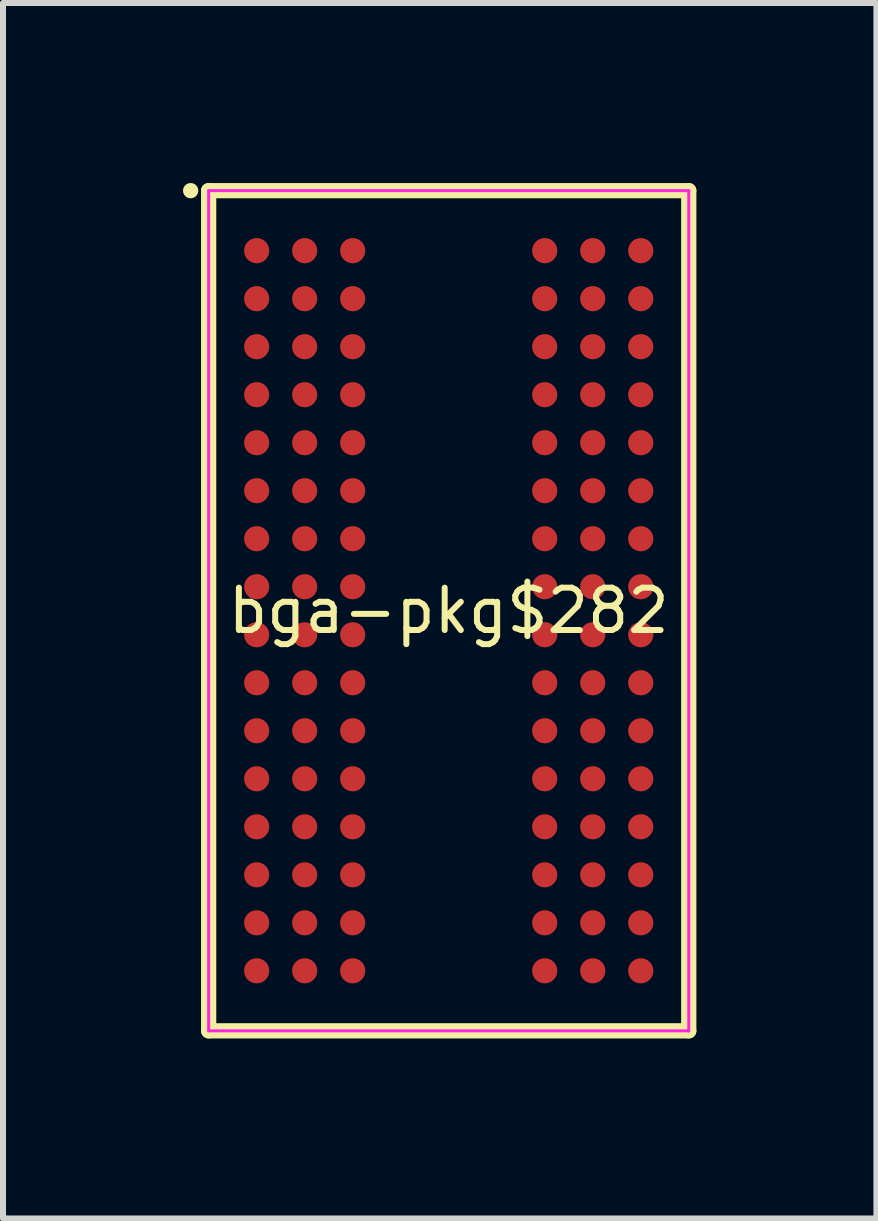
<source format=kicad_pcb>
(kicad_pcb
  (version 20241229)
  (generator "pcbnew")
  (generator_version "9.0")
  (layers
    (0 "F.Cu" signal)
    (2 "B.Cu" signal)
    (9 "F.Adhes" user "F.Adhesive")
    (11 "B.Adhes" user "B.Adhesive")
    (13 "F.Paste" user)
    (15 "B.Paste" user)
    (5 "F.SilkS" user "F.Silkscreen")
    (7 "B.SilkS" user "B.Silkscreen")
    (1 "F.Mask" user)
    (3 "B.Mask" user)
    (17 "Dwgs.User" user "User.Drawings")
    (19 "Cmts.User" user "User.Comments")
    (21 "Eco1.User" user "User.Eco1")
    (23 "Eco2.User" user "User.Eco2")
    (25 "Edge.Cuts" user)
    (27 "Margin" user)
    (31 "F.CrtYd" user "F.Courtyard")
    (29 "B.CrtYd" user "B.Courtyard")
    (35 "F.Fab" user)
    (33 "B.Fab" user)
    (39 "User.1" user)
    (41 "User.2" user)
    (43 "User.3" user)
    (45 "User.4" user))
  (footprint "bga-pkg$282"
    (layer "F.Cu")
    (at 4.427 7.127)
    (property "Reference" "bga-pkg$282" (at 0 0 0) (layer "F.SilkS") (effects (font (size 0.706 0.706) (thickness 0.1))))
    (attr through_hole)
    (fp_line (start -4 -7) (end -4 7) (stroke (width 0.254) (type solid)) (layer "F.SilkS"))
    (fp_line (start -4 7) (end 4 7) (stroke (width 0.254) (type solid)) (layer "F.SilkS"))
    (fp_line (start 4 -7) (end -4 -7) (stroke (width 0.254) (type solid)) (layer "F.SilkS"))
    (fp_line (start 4 7) (end 4 -7) (stroke (width 0.254) (type solid)) (layer "F.SilkS"))
    (fp_poly (pts (xy -4.173 -7) (xy -4.175 -7.025) (xy -4.183 -7.049) (xy -4.194 -7.071) (xy -4.21 -7.09) (xy -4.229 -7.106) (xy -4.251 -7.117) (xy -4.275 -7.125) (xy -4.3 -7.127) (xy -4.325 -7.125) (xy -4.349 -7.117) (xy -4.371 -7.106) (xy -4.39 -7.09) (xy -4.406 -7.071) (xy -4.417 -7.049) (xy -4.425 -7.025) (xy -4.427 -7) (xy -4.425 -6.975) (xy -4.417 -6.951) (xy -4.406 -6.929) (xy -4.39 -6.91) (xy -4.371 -6.894) (xy -4.349 -6.883) (xy -4.325 -6.875) (xy -4.3 -6.873) (xy -4.275 -6.875) (xy -4.251 -6.883) (xy -4.229 -6.894) (xy -4.21 -6.91) (xy -4.194 -6.929) (xy -4.183 -6.951) (xy -4.175 -6.975)) (stroke (width 0) (type solid)) (fill yes) (layer "F.SilkS"))
    (fp_line (start -4 -7) (end -4 7) (stroke (width 0.05) (type solid)) (layer "F.CrtYd"))
    (fp_line (start -4 7) (end 4 7) (stroke (width 0.05) (type solid)) (layer "F.CrtYd"))
    (fp_line (start 4 -7) (end -4 -7) (stroke (width 0.05) (type solid)) (layer "F.CrtYd"))
    (fp_line (start 4 7) (end 4 -7) (stroke (width 0.05) (type solid)) (layer "F.CrtYd"))
    (pad "A1" smd circle (at -3.2 -6) (size 0.42 0.42) (layers "F.Cu" "F.Mask" "F.Paste"))
    (pad "A2" smd circle (at -2.4 -6) (size 0.42 0.42) (layers "F.Cu" "F.Mask" "F.Paste"))
    (pad "A3" smd circle (at -1.6 -6) (size 0.42 0.42) (layers "F.Cu" "F.Mask" "F.Paste"))
    (pad "A7" smd circle (at 1.6 -6) (size 0.42 0.42) (layers "F.Cu" "F.Mask" "F.Paste"))
    (pad "A8" smd circle (at 2.4 -6) (size 0.42 0.42) (layers "F.Cu" "F.Mask" "F.Paste"))
    (pad "A9" smd circle (at 3.2 -6) (size 0.42 0.42) (layers "F.Cu" "F.Mask" "F.Paste"))
    (pad "B1" smd circle (at -3.2 -5.2) (size 0.42 0.42) (layers "F.Cu" "F.Mask" "F.Paste"))
    (pad "B2" smd circle (at -2.4 -5.2) (size 0.42 0.42) (layers "F.Cu" "F.Mask" "F.Paste"))
    (pad "B3" smd circle (at -1.6 -5.2) (size 0.42 0.42) (layers "F.Cu" "F.Mask" "F.Paste"))
    (pad "B7" smd circle (at 1.6 -5.2) (size 0.42 0.42) (layers "F.Cu" "F.Mask" "F.Paste"))
    (pad "B8" smd circle (at 2.4 -5.2) (size 0.42 0.42) (layers "F.Cu" "F.Mask" "F.Paste"))
    (pad "B9" smd circle (at 3.2 -5.2) (size 0.42 0.42) (layers "F.Cu" "F.Mask" "F.Paste"))
    (pad "C1" smd circle (at -3.2 -4.4) (size 0.42 0.42) (layers "F.Cu" "F.Mask" "F.Paste"))
    (pad "C2" smd circle (at -2.4 -4.4) (size 0.42 0.42) (layers "F.Cu" "F.Mask" "F.Paste"))
    (pad "C3" smd circle (at -1.6 -4.4) (size 0.42 0.42) (layers "F.Cu" "F.Mask" "F.Paste"))
    (pad "C7" smd circle (at 1.6 -4.4) (size 0.42 0.42) (layers "F.Cu" "F.Mask" "F.Paste"))
    (pad "C8" smd circle (at 2.4 -4.4) (size 0.42 0.42) (layers "F.Cu" "F.Mask" "F.Paste"))
    (pad "C9" smd circle (at 3.2 -4.4) (size 0.42 0.42) (layers "F.Cu" "F.Mask" "F.Paste"))
    (pad "D1" smd circle (at -3.2 -3.6) (size 0.42 0.42) (layers "F.Cu" "F.Mask" "F.Paste"))
    (pad "D2" smd circle (at -2.4 -3.6) (size 0.42 0.42) (layers "F.Cu" "F.Mask" "F.Paste"))
    (pad "D3" smd circle (at -1.6 -3.6) (size 0.42 0.42) (layers "F.Cu" "F.Mask" "F.Paste"))
    (pad "D7" smd circle (at 1.6 -3.6) (size 0.42 0.42) (layers "F.Cu" "F.Mask" "F.Paste"))
    (pad "D8" smd circle (at 2.4 -3.6) (size 0.42 0.42) (layers "F.Cu" "F.Mask" "F.Paste"))
    (pad "D9" smd circle (at 3.2 -3.6) (size 0.42 0.42) (layers "F.Cu" "F.Mask" "F.Paste"))
    (pad "E1" smd circle (at -3.2 -2.8) (size 0.42 0.42) (layers "F.Cu" "F.Mask" "F.Paste"))
    (pad "E2" smd circle (at -2.4 -2.8) (size 0.42 0.42) (layers "F.Cu" "F.Mask" "F.Paste"))
    (pad "E3" smd circle (at -1.6 -2.8) (size 0.42 0.42) (layers "F.Cu" "F.Mask" "F.Paste"))
    (pad "E7" smd circle (at 1.6 -2.8) (size 0.42 0.42) (layers "F.Cu" "F.Mask" "F.Paste"))
    (pad "E8" smd circle (at 2.4 -2.8) (size 0.42 0.42) (layers "F.Cu" "F.Mask" "F.Paste"))
    (pad "E9" smd circle (at 3.2 -2.8) (size 0.42 0.42) (layers "F.Cu" "F.Mask" "F.Paste"))
    (pad "F1" smd circle (at -3.2 -2) (size 0.42 0.42) (layers "F.Cu" "F.Mask" "F.Paste"))
    (pad "F2" smd circle (at -2.4 -2) (size 0.42 0.42) (layers "F.Cu" "F.Mask" "F.Paste"))
    (pad "F3" smd circle (at -1.6 -2) (size 0.42 0.42) (layers "F.Cu" "F.Mask" "F.Paste"))
    (pad "F7" smd circle (at 1.6 -2) (size 0.42 0.42) (layers "F.Cu" "F.Mask" "F.Paste"))
    (pad "F8" smd circle (at 2.4 -2) (size 0.42 0.42) (layers "F.Cu" "F.Mask" "F.Paste"))
    (pad "F9" smd circle (at 3.2 -2) (size 0.42 0.42) (layers "F.Cu" "F.Mask" "F.Paste"))
    (pad "G1" smd circle (at -3.2 -1.2) (size 0.42 0.42) (layers "F.Cu" "F.Mask" "F.Paste"))
    (pad "G2" smd circle (at -2.4 -1.2) (size 0.42 0.42) (layers "F.Cu" "F.Mask" "F.Paste"))
    (pad "G3" smd circle (at -1.6 -1.2) (size 0.42 0.42) (layers "F.Cu" "F.Mask" "F.Paste"))
    (pad "G7" smd circle (at 1.6 -1.2) (size 0.42 0.42) (layers "F.Cu" "F.Mask" "F.Paste"))
    (pad "G8" smd circle (at 2.4 -1.2) (size 0.42 0.42) (layers "F.Cu" "F.Mask" "F.Paste"))
    (pad "G9" smd circle (at 3.2 -1.2) (size 0.42 0.42) (layers "F.Cu" "F.Mask" "F.Paste"))
    (pad "H1" smd circle (at -3.2 -0.4) (size 0.42 0.42) (layers "F.Cu" "F.Mask" "F.Paste"))
    (pad "H2" smd circle (at -2.4 -0.4) (size 0.42 0.42) (layers "F.Cu" "F.Mask" "F.Paste"))
    (pad "H3" smd circle (at -1.6 -0.4) (size 0.42 0.42) (layers "F.Cu" "F.Mask" "F.Paste"))
    (pad "H7" smd circle (at 1.6 -0.4) (size 0.42 0.42) (layers "F.Cu" "F.Mask" "F.Paste"))
    (pad "H8" smd circle (at 2.4 -0.4) (size 0.42 0.42) (layers "F.Cu" "F.Mask" "F.Paste"))
    (pad "H9" smd circle (at 3.2 -0.4) (size 0.42 0.42) (layers "F.Cu" "F.Mask" "F.Paste"))
    (pad "J1" smd circle (at -3.2 0.4) (size 0.42 0.42) (layers "F.Cu" "F.Mask" "F.Paste"))
    (pad "J2" smd circle (at -2.4 0.4) (size 0.42 0.42) (layers "F.Cu" "F.Mask" "F.Paste"))
    (pad "J3" smd circle (at -1.6 0.4) (size 0.42 0.42) (layers "F.Cu" "F.Mask" "F.Paste"))
    (pad "J7" smd circle (at 1.6 0.4) (size 0.42 0.42) (layers "F.Cu" "F.Mask" "F.Paste"))
    (pad "J8" smd circle (at 2.4 0.4) (size 0.42 0.42) (layers "F.Cu" "F.Mask" "F.Paste"))
    (pad "J9" smd circle (at 3.2 0.4) (size 0.42 0.42) (layers "F.Cu" "F.Mask" "F.Paste"))
    (pad "K1" smd circle (at -3.2 1.2) (size 0.42 0.42) (layers "F.Cu" "F.Mask" "F.Paste"))
    (pad "K2" smd circle (at -2.4 1.2) (size 0.42 0.42) (layers "F.Cu" "F.Mask" "F.Paste"))
    (pad "K3" smd circle (at -1.6 1.2) (size 0.42 0.42) (layers "F.Cu" "F.Mask" "F.Paste"))
    (pad "K7" smd circle (at 1.6 1.2) (size 0.42 0.42) (layers "F.Cu" "F.Mask" "F.Paste"))
    (pad "K8" smd circle (at 2.4 1.2) (size 0.42 0.42) (layers "F.Cu" "F.Mask" "F.Paste"))
    (pad "K9" smd circle (at 3.2 1.2) (size 0.42 0.42) (layers "F.Cu" "F.Mask" "F.Paste"))
    (pad "L1" smd circle (at -3.2 2) (size 0.42 0.42) (layers "F.Cu" "F.Mask" "F.Paste"))
    (pad "L2" smd circle (at -2.4 2) (size 0.42 0.42) (layers "F.Cu" "F.Mask" "F.Paste"))
    (pad "L3" smd circle (at -1.6 2) (size 0.42 0.42) (layers "F.Cu" "F.Mask" "F.Paste"))
    (pad "L7" smd circle (at 1.6 2) (size 0.42 0.42) (layers "F.Cu" "F.Mask" "F.Paste"))
    (pad "L8" smd circle (at 2.4 2) (size 0.42 0.42) (layers "F.Cu" "F.Mask" "F.Paste"))
    (pad "L9" smd circle (at 3.2 2) (size 0.42 0.42) (layers "F.Cu" "F.Mask" "F.Paste"))
    (pad "M1" smd circle (at -3.2 2.8) (size 0.42 0.42) (layers "F.Cu" "F.Mask" "F.Paste"))
    (pad "M2" smd circle (at -2.4 2.8) (size 0.42 0.42) (layers "F.Cu" "F.Mask" "F.Paste"))
    (pad "M3" smd circle (at -1.6 2.8) (size 0.42 0.42) (layers "F.Cu" "F.Mask" "F.Paste"))
    (pad "M7" smd circle (at 1.6 2.8) (size 0.42 0.42) (layers "F.Cu" "F.Mask" "F.Paste"))
    (pad "M8" smd circle (at 2.4 2.8) (size 0.42 0.42) (layers "F.Cu" "F.Mask" "F.Paste"))
    (pad "M9" smd circle (at 3.2 2.8) (size 0.42 0.42) (layers "F.Cu" "F.Mask" "F.Paste"))
    (pad "N1" smd circle (at -3.2 3.6) (size 0.42 0.42) (layers "F.Cu" "F.Mask" "F.Paste"))
    (pad "N2" smd circle (at -2.4 3.6) (size 0.42 0.42) (layers "F.Cu" "F.Mask" "F.Paste"))
    (pad "N3" smd circle (at -1.6 3.6) (size 0.42 0.42) (layers "F.Cu" "F.Mask" "F.Paste"))
    (pad "N7" smd circle (at 1.6 3.6) (size 0.42 0.42) (layers "F.Cu" "F.Mask" "F.Paste"))
    (pad "N8" smd circle (at 2.4 3.6) (size 0.42 0.42) (layers "F.Cu" "F.Mask" "F.Paste"))
    (pad "N9" smd circle (at 3.2 3.6) (size 0.42 0.42) (layers "F.Cu" "F.Mask" "F.Paste"))
    (pad "P1" smd circle (at -3.2 4.4) (size 0.42 0.42) (layers "F.Cu" "F.Mask" "F.Paste"))
    (pad "P2" smd circle (at -2.4 4.4) (size 0.42 0.42) (layers "F.Cu" "F.Mask" "F.Paste"))
    (pad "P3" smd circle (at -1.6 4.4) (size 0.42 0.42) (layers "F.Cu" "F.Mask" "F.Paste"))
    (pad "P7" smd circle (at 1.6 4.4) (size 0.42 0.42) (layers "F.Cu" "F.Mask" "F.Paste"))
    (pad "P8" smd circle (at 2.4 4.4) (size 0.42 0.42) (layers "F.Cu" "F.Mask" "F.Paste"))
    (pad "P9" smd circle (at 3.2 4.4) (size 0.42 0.42) (layers "F.Cu" "F.Mask" "F.Paste"))
    (pad "R1" smd circle (at -3.2 5.2) (size 0.42 0.42) (layers "F.Cu" "F.Mask" "F.Paste"))
    (pad "R2" smd circle (at -2.4 5.2) (size 0.42 0.42) (layers "F.Cu" "F.Mask" "F.Paste"))
    (pad "R3" smd circle (at -1.6 5.2) (size 0.42 0.42) (layers "F.Cu" "F.Mask" "F.Paste"))
    (pad "R7" smd circle (at 1.6 5.2) (size 0.42 0.42) (layers "F.Cu" "F.Mask" "F.Paste"))
    (pad "R8" smd circle (at 2.4 5.2) (size 0.42 0.42) (layers "F.Cu" "F.Mask" "F.Paste"))
    (pad "R9" smd circle (at 3.2 5.2) (size 0.42 0.42) (layers "F.Cu" "F.Mask" "F.Paste"))
    (pad "T1" smd circle (at -3.2 6) (size 0.42 0.42) (layers "F.Cu" "F.Mask" "F.Paste"))
    (pad "T2" smd circle (at -2.4 6) (size 0.42 0.42) (layers "F.Cu" "F.Mask" "F.Paste"))
    (pad "T3" smd circle (at -1.6 6) (size 0.42 0.42) (layers "F.Cu" "F.Mask" "F.Paste"))
    (pad "T7" smd circle (at 1.6 6) (size 0.42 0.42) (layers "F.Cu" "F.Mask" "F.Paste"))
    (pad "T8" smd circle (at 2.4 6) (size 0.42 0.42) (layers "F.Cu" "F.Mask" "F.Paste"))
    (pad "T9" smd circle (at 3.2 6) (size 0.42 0.42) (layers "F.Cu" "F.Mask" "F.Paste")))
  (gr_rect
    (start -3 -3)
    (end 11.554 17.254)
    (stroke (width 0.1) (type default))
    (fill no)
    (layer "Edge.Cuts")))
</source>
